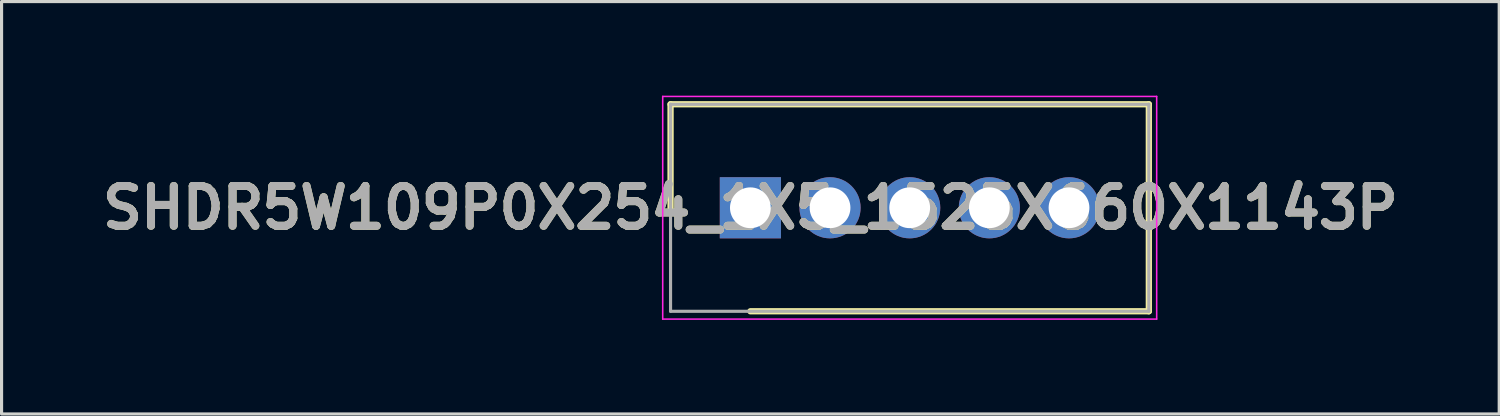
<source format=kicad_pcb>
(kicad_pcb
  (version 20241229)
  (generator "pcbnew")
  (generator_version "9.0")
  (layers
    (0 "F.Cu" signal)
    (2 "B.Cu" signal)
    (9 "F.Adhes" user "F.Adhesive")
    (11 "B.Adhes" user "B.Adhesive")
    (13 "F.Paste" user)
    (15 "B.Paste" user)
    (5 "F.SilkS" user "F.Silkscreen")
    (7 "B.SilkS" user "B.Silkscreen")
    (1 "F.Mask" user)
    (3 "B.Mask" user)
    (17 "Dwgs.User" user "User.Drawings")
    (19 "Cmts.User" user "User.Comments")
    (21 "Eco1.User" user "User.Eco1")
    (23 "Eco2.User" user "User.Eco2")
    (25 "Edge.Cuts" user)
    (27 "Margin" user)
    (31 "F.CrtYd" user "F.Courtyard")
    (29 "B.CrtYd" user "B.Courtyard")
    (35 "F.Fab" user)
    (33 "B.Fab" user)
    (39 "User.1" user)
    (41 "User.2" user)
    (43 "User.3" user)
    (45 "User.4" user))
  (footprint "SHDR5W109P0X254_1X5_1525X660X1143P"
    (layer "F.Cu")
    (at 20.876 3.575)
    (property "Reference" "SHDR5W109P0X254_1X5_1525X660X1143P" (at 0 0 0) (layer "F.SilkS") (effects (font (size 1.27 1.27) (thickness 0.254))))
    (attr through_hole)
    (fp_line (start -2.545 -3.3) (end -2.545 0) (stroke (width 0.2) (type solid)) (layer "F.SilkS"))
    (fp_line (start 0 3.3) (end 12.705 3.3) (stroke (width 0.2) (type solid)) (layer "F.SilkS"))
    (fp_line (start 12.705 -3.3) (end -2.545 -3.3) (stroke (width 0.2) (type solid)) (layer "F.SilkS"))
    (fp_line (start 12.705 3.3) (end 12.705 -3.3) (stroke (width 0.2) (type solid)) (layer "F.SilkS"))
    (fp_line (start -2.795 -3.55) (end 12.955 -3.55) (stroke (width 0.05) (type solid)) (layer "F.CrtYd"))
    (fp_line (start -2.795 3.55) (end -2.795 -3.55) (stroke (width 0.05) (type solid)) (layer "F.CrtYd"))
    (fp_line (start 12.955 -3.55) (end 12.955 3.55) (stroke (width 0.05) (type solid)) (layer "F.CrtYd"))
    (fp_line (start 12.955 3.55) (end -2.795 3.55) (stroke (width 0.05) (type solid)) (layer "F.CrtYd"))
    (fp_line (start -2.545 -3.3) (end 12.705 -3.3) (stroke (width 0.1) (type solid)) (layer "F.Fab"))
    (fp_line (start -2.545 3.3) (end -2.545 -3.3) (stroke (width 0.1) (type solid)) (layer "F.Fab"))
    (fp_line (start 12.705 -3.3) (end 12.705 3.3) (stroke (width 0.1) (type solid)) (layer "F.Fab"))
    (fp_line (start 12.705 3.3) (end -2.545 3.3) (stroke (width 0.1) (type solid)) (layer "F.Fab"))
    (fp_text user "${REFERENCE}" (at 0 0 0) (layer "F.Fab") (effects (font (size 1.27 1.27) (thickness 0.254))))
    (pad "1" thru_hole rect (at 0 0) (size 1.95 1.95) (drill 1.3) (layers "*.Cu" "*.Mask"))
    (pad "2" thru_hole circle (at 2.54 0) (size 1.95 1.95) (drill 1.3) (layers "*.Cu" "*.Mask"))
    (pad "3" thru_hole circle (at 5.08 0) (size 1.95 1.95) (drill 1.3) (layers "*.Cu" "*.Mask"))
    (pad "4" thru_hole circle (at 7.62 0) (size 1.95 1.95) (drill 1.3) (layers "*.Cu" "*.Mask"))
    (pad "5" thru_hole circle (at 10.16 0) (size 1.95 1.95) (drill 1.3) (layers "*.Cu" "*.Mask")))
  (gr_rect
    (start -3 -3)
    (end 44.753 10.15)
    (stroke (width 0.1) (type default))
    (fill no)
    (layer "Edge.Cuts")))
</source>
